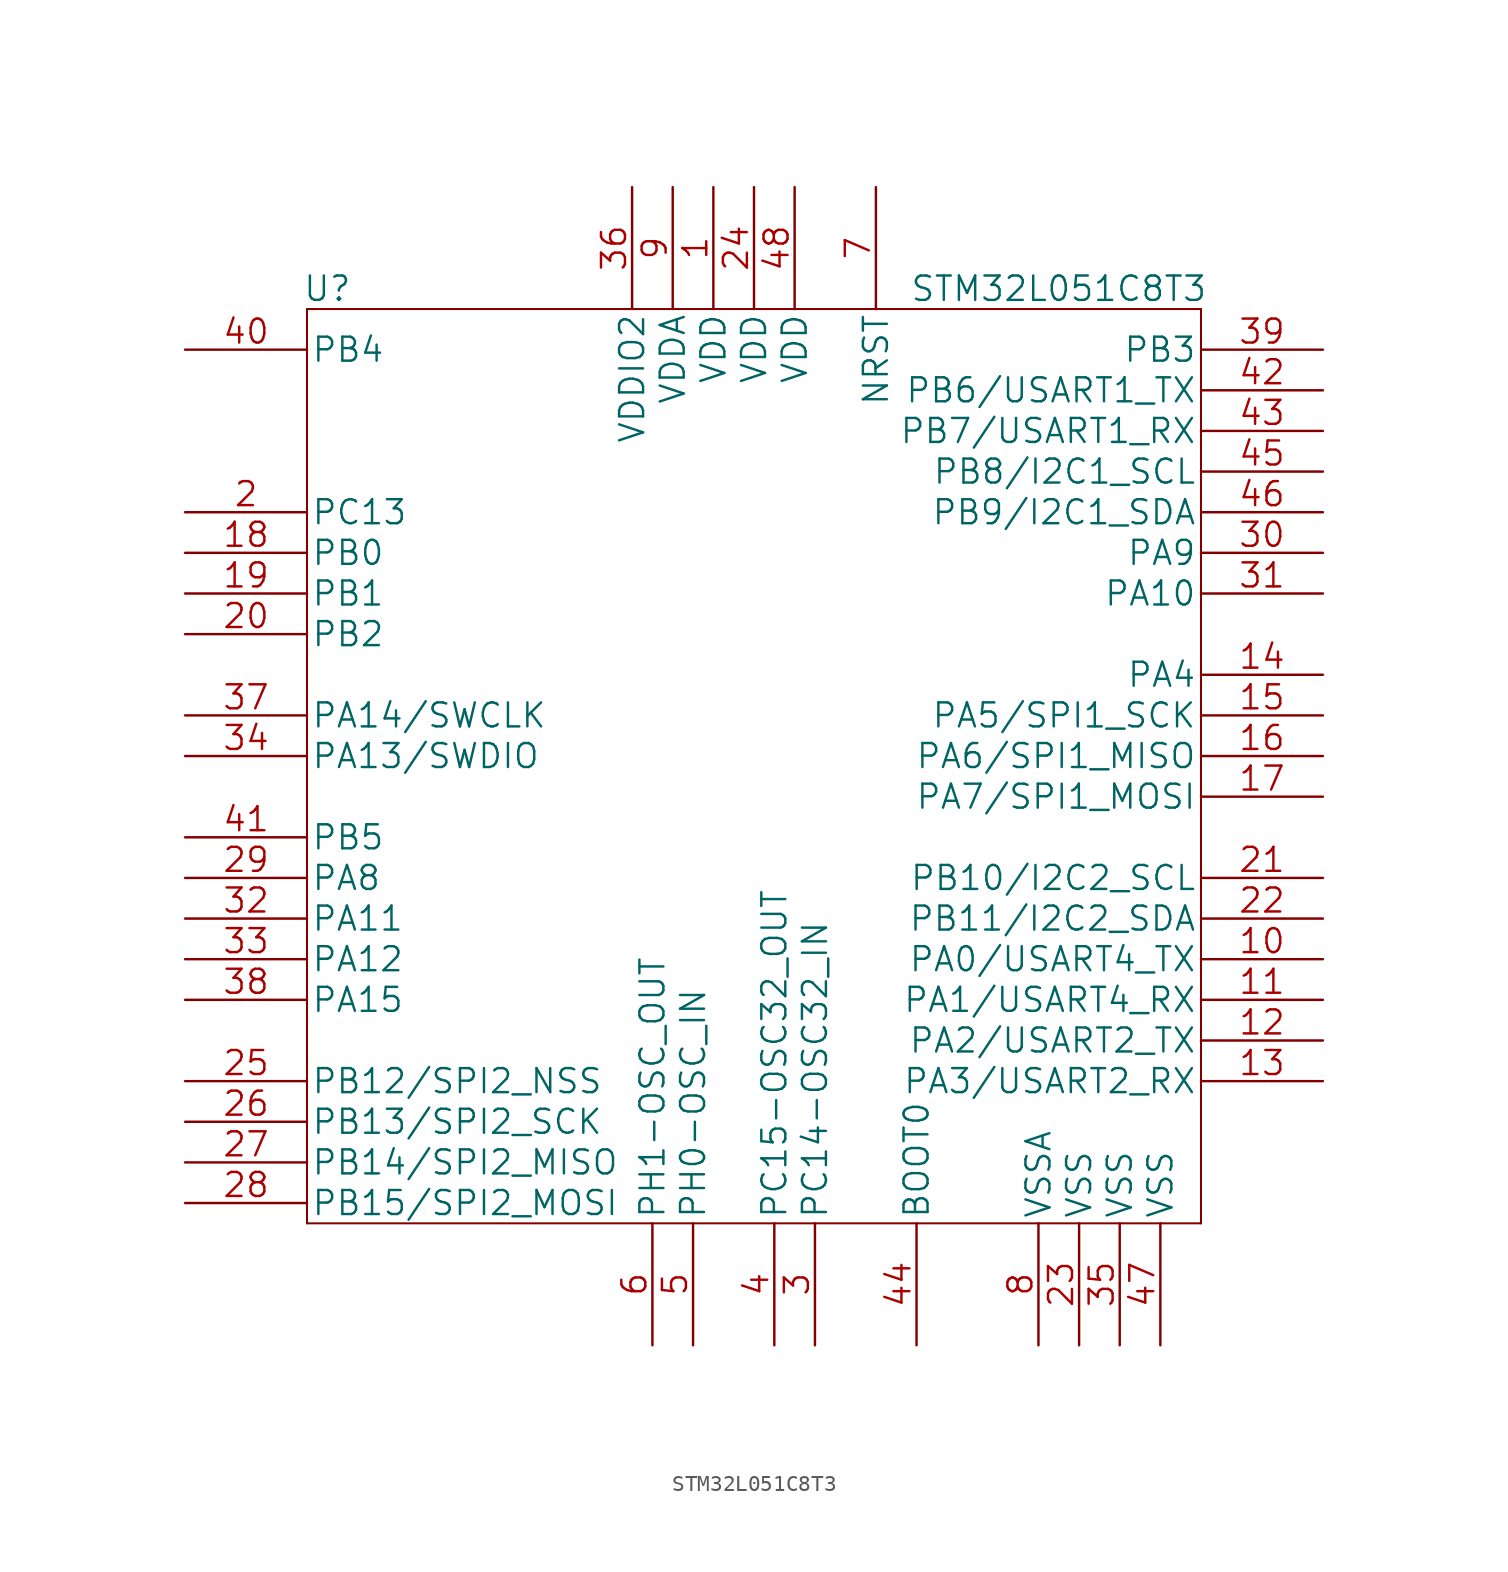
<source format=kicad_sym>
(kicad_symbol_lib
  (version 20211014)
  (generator kicad_symbol_editor)
  (symbol "STM32L051C8T3"
    (pin_names
      (offset 0.254))
    (property "Reference" "U"
      (at 8.89 3.81 0)
      (effects (font (size 1.524 1.524))))
    (property "Value" "STM32L051C8T3"
      (at 54.61 3.81 0)
      (effects (font (size 1.524 1.524))))
    (symbol "STM32L051C8T3_1_1"
      (polyline (pts (xy 7.62 -54.61) (xy 63.5 -54.61)) (stroke (width 0.127) (type default)) (fill (type none)))
      (polyline (pts (xy 7.62 2.54) (xy 7.62 -54.61)) (stroke (width 0.127) (type default)) (fill (type none)))
      (polyline (pts (xy 63.5 -54.61) (xy 63.5 2.54)) (stroke (width 0.127) (type default)) (fill (type none)))
      (polyline (pts (xy 63.5 2.54) (xy 7.62 2.54)) (stroke (width 0.127) (type default)) (fill (type none)))
      (pin power_in line (at 33.02 10.16 270) (length 7.62) (name "VDD" (effects (font (size 1.499 1.499)))) (number "1" (effects (font (size 1.499 1.499)))))
      (pin bidirectional line (at 71.12 -38.1 180) (length 7.62) (name "PA0/USART4_TX" (effects (font (size 1.499 1.499)))) (number "10" (effects (font (size 1.499 1.499)))))
      (pin bidirectional line (at 71.12 -40.64 180) (length 7.62) (name "PA1/USART4_RX" (effects (font (size 1.499 1.499)))) (number "11" (effects (font (size 1.499 1.499)))))
      (pin bidirectional line (at 71.12 -43.18 180) (length 7.62) (name "PA2/USART2_TX" (effects (font (size 1.499 1.499)))) (number "12" (effects (font (size 1.499 1.499)))))
      (pin bidirectional line (at 71.12 -45.72 180) (length 7.62) (name "PA3/USART2_RX" (effects (font (size 1.499 1.499)))) (number "13" (effects (font (size 1.499 1.499)))))
      (pin bidirectional line (at 71.12 -20.32 180) (length 7.62) (name "PA4" (effects (font (size 1.499 1.499)))) (number "14" (effects (font (size 1.499 1.499)))))
      (pin bidirectional line (at 71.12 -22.86 180) (length 7.62) (name "PA5/SPI1_SCK" (effects (font (size 1.499 1.499)))) (number "15" (effects (font (size 1.499 1.499)))))
      (pin bidirectional line (at 71.12 -25.4 180) (length 7.62) (name "PA6/SPI1_MISO" (effects (font (size 1.499 1.499)))) (number "16" (effects (font (size 1.499 1.499)))))
      (pin bidirectional line (at 71.12 -27.94 180) (length 7.62) (name "PA7/SPI1_MOSI" (effects (font (size 1.499 1.499)))) (number "17" (effects (font (size 1.499 1.499)))))
      (pin bidirectional line (at 0 -12.7 0) (length 7.62) (name "PB0" (effects (font (size 1.499 1.499)))) (number "18" (effects (font (size 1.499 1.499)))))
      (pin bidirectional line (at 0 -15.24 0) (length 7.62) (name "PB1" (effects (font (size 1.499 1.499)))) (number "19" (effects (font (size 1.499 1.499)))))
      (pin bidirectional line (at 0 -10.16 0) (length 7.62) (name "PC13" (effects (font (size 1.499 1.499)))) (number "2" (effects (font (size 1.499 1.499)))))
      (pin bidirectional line (at 0 -17.78 0) (length 7.62) (name "PB2" (effects (font (size 1.499 1.499)))) (number "20" (effects (font (size 1.499 1.499)))))
      (pin bidirectional line (at 71.12 -33.02 180) (length 7.62) (name "PB10/I2C2_SCL" (effects (font (size 1.499 1.499)))) (number "21" (effects (font (size 1.499 1.499)))))
      (pin bidirectional line (at 71.12 -35.56 180) (length 7.62) (name "PB11/I2C2_SDA" (effects (font (size 1.499 1.499)))) (number "22" (effects (font (size 1.499 1.499)))))
      (pin power_in line (at 55.88 -62.23 90) (length 7.62) (name "VSS" (effects (font (size 1.499 1.499)))) (number "23" (effects (font (size 1.499 1.499)))))
      (pin power_in line (at 35.56 10.16 270) (length 7.62) (name "VDD" (effects (font (size 1.499 1.499)))) (number "24" (effects (font (size 1.499 1.499)))))
      (pin bidirectional line (at 0 -45.72 0) (length 7.62) (name "PB12/SPI2_NSS" (effects (font (size 1.499 1.499)))) (number "25" (effects (font (size 1.499 1.499)))))
      (pin bidirectional line (at 0 -48.26 0) (length 7.62) (name "PB13/SPI2_SCK" (effects (font (size 1.499 1.499)))) (number "26" (effects (font (size 1.499 1.499)))))
      (pin bidirectional line (at 0 -50.8 0) (length 7.62) (name "PB14/SPI2_MISO" (effects (font (size 1.499 1.499)))) (number "27" (effects (font (size 1.499 1.499)))))
      (pin bidirectional line (at 0 -53.34 0) (length 7.62) (name "PB15/SPI2_MOSI" (effects (font (size 1.499 1.499)))) (number "28" (effects (font (size 1.499 1.499)))))
      (pin bidirectional line (at 0 -33.02 0) (length 7.62) (name "PA8" (effects (font (size 1.499 1.499)))) (number "29" (effects (font (size 1.499 1.499)))))
      (pin bidirectional line (at 39.37 -62.23 90) (length 7.62) (name "PC14-OSC32_IN" (effects (font (size 1.499 1.499)))) (number "3" (effects (font (size 1.499 1.499)))))
      (pin bidirectional line (at 71.12 -12.7 180) (length 7.62) (name "PA9" (effects (font (size 1.499 1.499)))) (number "30" (effects (font (size 1.499 1.499)))))
      (pin bidirectional line (at 71.12 -15.24 180) (length 7.62) (name "PA10" (effects (font (size 1.499 1.499)))) (number "31" (effects (font (size 1.499 1.499)))))
      (pin bidirectional line (at 0 -35.56 0) (length 7.62) (name "PA11" (effects (font (size 1.499 1.499)))) (number "32" (effects (font (size 1.499 1.499)))))
      (pin bidirectional line (at 0 -38.1 0) (length 7.62) (name "PA12" (effects (font (size 1.499 1.499)))) (number "33" (effects (font (size 1.499 1.499)))))
      (pin bidirectional line (at 0 -25.4 0) (length 7.62) (name "PA13/SWDIO" (effects (font (size 1.499 1.499)))) (number "34" (effects (font (size 1.499 1.499)))))
      (pin power_in line (at 58.42 -62.23 90) (length 7.62) (name "VSS" (effects (font (size 1.499 1.499)))) (number "35" (effects (font (size 1.499 1.499)))))
      (pin power_in line (at 27.94 10.16 270) (length 7.62) (name "VDDIO2" (effects (font (size 1.499 1.499)))) (number "36" (effects (font (size 1.499 1.499)))))
      (pin bidirectional line (at 0 -22.86 0) (length 7.62) (name "PA14/SWCLK" (effects (font (size 1.499 1.499)))) (number "37" (effects (font (size 1.499 1.499)))))
      (pin bidirectional line (at 0 -40.64 0) (length 7.62) (name "PA15" (effects (font (size 1.499 1.499)))) (number "38" (effects (font (size 1.499 1.499)))))
      (pin bidirectional line (at 71.12 0 180) (length 7.62) (name "PB3" (effects (font (size 1.499 1.499)))) (number "39" (effects (font (size 1.499 1.499)))))
      (pin bidirectional line (at 36.83 -62.23 90) (length 7.62) (name "PC15-OSC32_OUT" (effects (font (size 1.499 1.499)))) (number "4" (effects (font (size 1.499 1.499)))))
      (pin bidirectional line (at 0 0 0) (length 7.62) (name "PB4" (effects (font (size 1.499 1.499)))) (number "40" (effects (font (size 1.499 1.499)))))
      (pin bidirectional line (at 0 -30.48 0) (length 7.62) (name "PB5" (effects (font (size 1.499 1.499)))) (number "41" (effects (font (size 1.499 1.499)))))
      (pin bidirectional line (at 71.12 -2.54 180) (length 7.62) (name "PB6/USART1_TX" (effects (font (size 1.499 1.499)))) (number "42" (effects (font (size 1.499 1.499)))))
      (pin bidirectional line (at 71.12 -5.08 180) (length 7.62) (name "PB7/USART1_RX" (effects (font (size 1.499 1.499)))) (number "43" (effects (font (size 1.499 1.499)))))
      (pin input line (at 45.72 -62.23 90) (length 7.62) (name "BOOT0" (effects (font (size 1.499 1.499)))) (number "44" (effects (font (size 1.499 1.499)))))
      (pin bidirectional line (at 71.12 -7.62 180) (length 7.62) (name "PB8/I2C1_SCL" (effects (font (size 1.499 1.499)))) (number "45" (effects (font (size 1.499 1.499)))))
      (pin bidirectional line (at 71.12 -10.16 180) (length 7.62) (name "PB9/I2C1_SDA" (effects (font (size 1.499 1.499)))) (number "46" (effects (font (size 1.499 1.499)))))
      (pin power_in line (at 60.96 -62.23 90) (length 7.62) (name "VSS" (effects (font (size 1.499 1.499)))) (number "47" (effects (font (size 1.499 1.499)))))
      (pin power_in line (at 38.1 10.16 270) (length 7.62) (name "VDD" (effects (font (size 1.499 1.499)))) (number "48" (effects (font (size 1.499 1.499)))))
      (pin bidirectional line (at 31.75 -62.23 90) (length 7.62) (name "PH0-OSC_IN" (effects (font (size 1.499 1.499)))) (number "5" (effects (font (size 1.499 1.499)))))
      (pin bidirectional line (at 29.21 -62.23 90) (length 7.62) (name "PH1-OSC_OUT" (effects (font (size 1.499 1.499)))) (number "6" (effects (font (size 1.499 1.499)))))
      (pin bidirectional line (at 43.18 10.16 270) (length 7.62) (name "NRST" (effects (font (size 1.499 1.499)))) (number "7" (effects (font (size 1.499 1.499)))))
      (pin power_in line (at 53.34 -62.23 90) (length 7.62) (name "VSSA" (effects (font (size 1.499 1.499)))) (number "8" (effects (font (size 1.499 1.499)))))
      (pin power_in line (at 30.48 10.16 270) (length 7.62) (name "VDDA" (effects (font (size 1.499 1.499)))) (number "9" (effects (font (size 1.499 1.499))))))))
</source>
